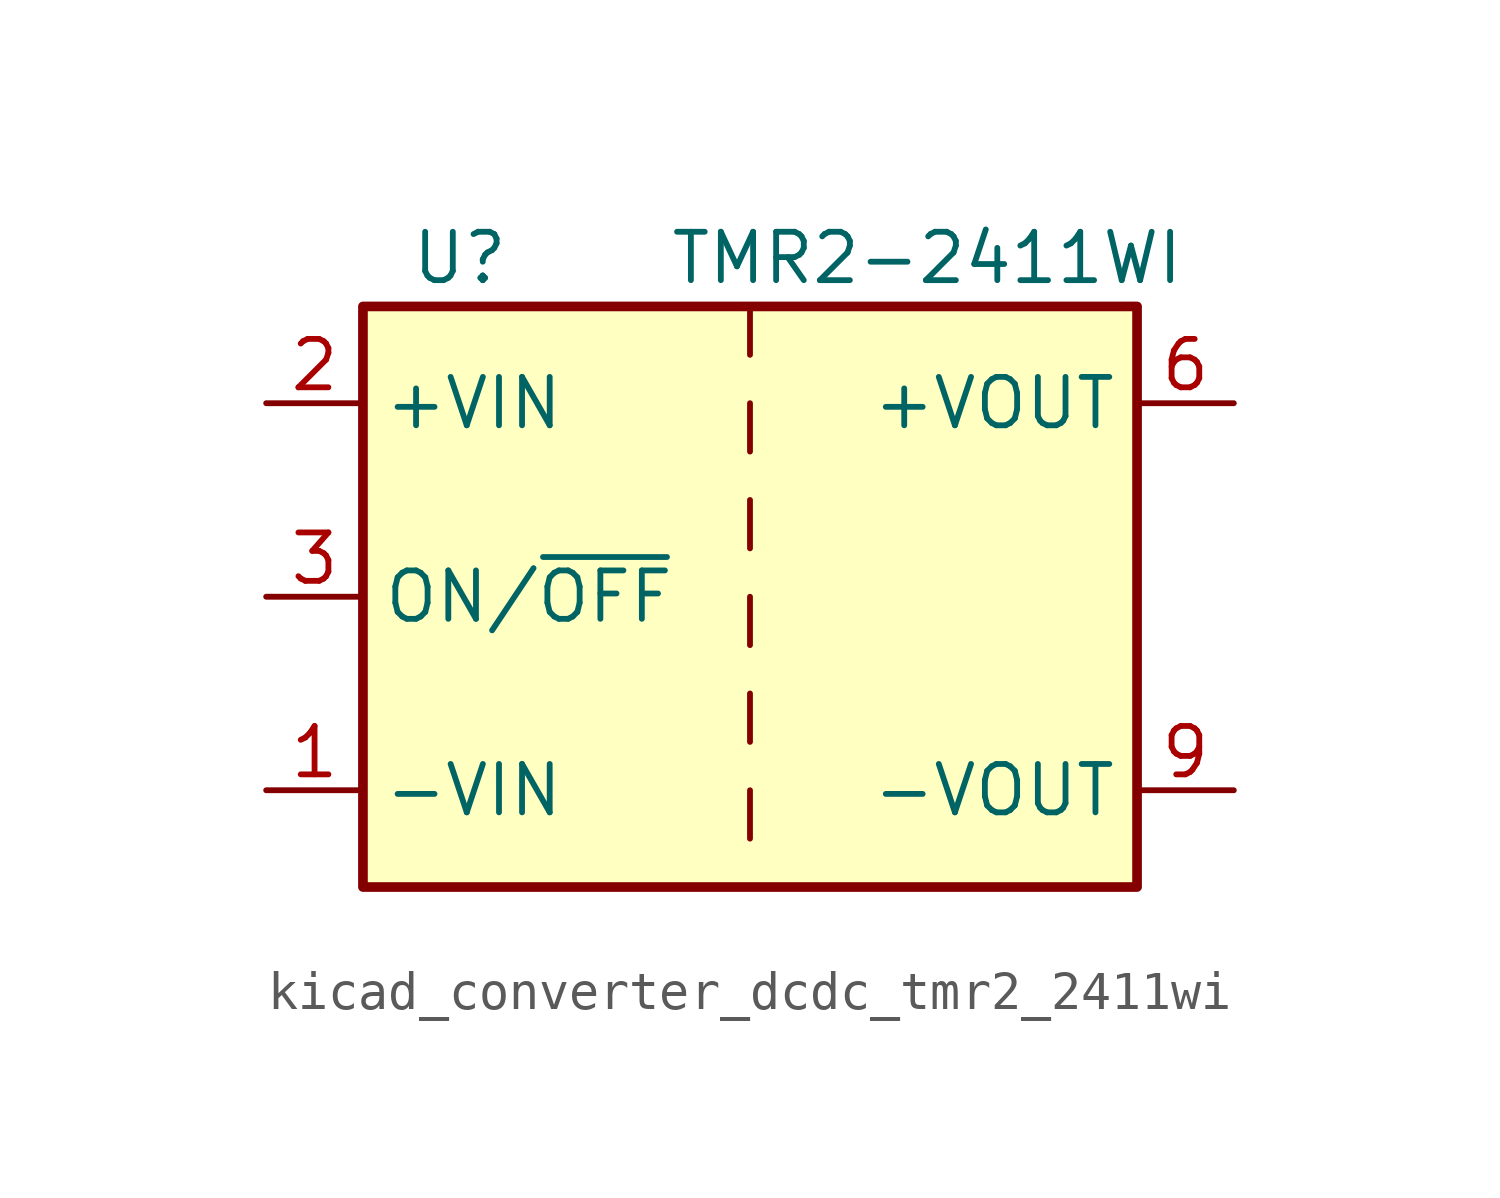
<source format=kicad_sym>
(kicad_symbol_lib
  (version 20220914)
  (generator kicad_symbol_editor)
  (symbol "kicad_converter_dcdc_tmr2_2411wi"
    (property "Reference" "U"
      (at -7.62 8.89 0)
      (effects (font (size 1.27 1.27))))
    (property "Value" "TMR2-2411WI"
      (at 11.43 8.89 0)
      (effects (font (size 1.27 1.27)) (justify right)))
    (symbol "kicad_converter_dcdc_tmr2_2411wi_0_1"
      (rectangle (start -10.16 7.62) (end 10.16 -7.62) (stroke (width 0.254) (type default)) (fill (type background)))
      (polyline (pts (xy 0 -5.08) (xy 0 -6.35)) (stroke (width 0) (type default)) (fill (type none)))
      (polyline (pts (xy 0 -2.54) (xy 0 -3.81)) (stroke (width 0) (type default)) (fill (type none)))
      (polyline (pts (xy 0 0) (xy 0 -1.27)) (stroke (width 0) (type default)) (fill (type none)))
      (polyline (pts (xy 0 2.54) (xy 0 1.27)) (stroke (width 0) (type default)) (fill (type none)))
      (polyline (pts (xy 0 5.08) (xy 0 3.81)) (stroke (width 0) (type default)) (fill (type none)))
      (polyline (pts (xy 0 7.62) (xy 0 6.35)) (stroke (width 0) (type default)) (fill (type none))))
    (symbol "kicad_converter_dcdc_tmr2_2411wi_1_1"
      (pin power_in line (at -12.7 -5.08 0) (length 2.54) (name "-VIN" (effects (font (size 1.27 1.27)))) (number "1" (effects (font (size 1.27 1.27)))))
      (pin power_in line (at -12.7 5.08 0) (length 2.54) (name "+VIN" (effects (font (size 1.27 1.27)))) (number "2" (effects (font (size 1.27 1.27)))))
      (pin input line (at -12.7 0 0) (length 2.54) (name "ON/~{OFF}" (effects (font (size 1.27 1.27)))) (number "3" (effects (font (size 1.27 1.27)))))
      (pin power_out line (at 12.7 5.08 180) (length 2.54) (name "+VOUT" (effects (font (size 1.27 1.27)))) (number "6" (effects (font (size 1.27 1.27)))))
      (pin no_connect line (at 10.16 2.54 180) (length 2.54) hide (name "NC" (effects (font (size 1.27 1.27)))) (number "7" (effects (font (size 1.27 1.27)))))
      (pin no_connect line (at 10.16 0 180) (length 2.54) hide (name "NC" (effects (font (size 1.27 1.27)))) (number "8" (effects (font (size 1.27 1.27)))))
      (pin power_out line (at 12.7 -5.08 180) (length 2.54) (name "-VOUT" (effects (font (size 1.27 1.27)))) (number "9" (effects (font (size 1.27 1.27))))))))
</source>
